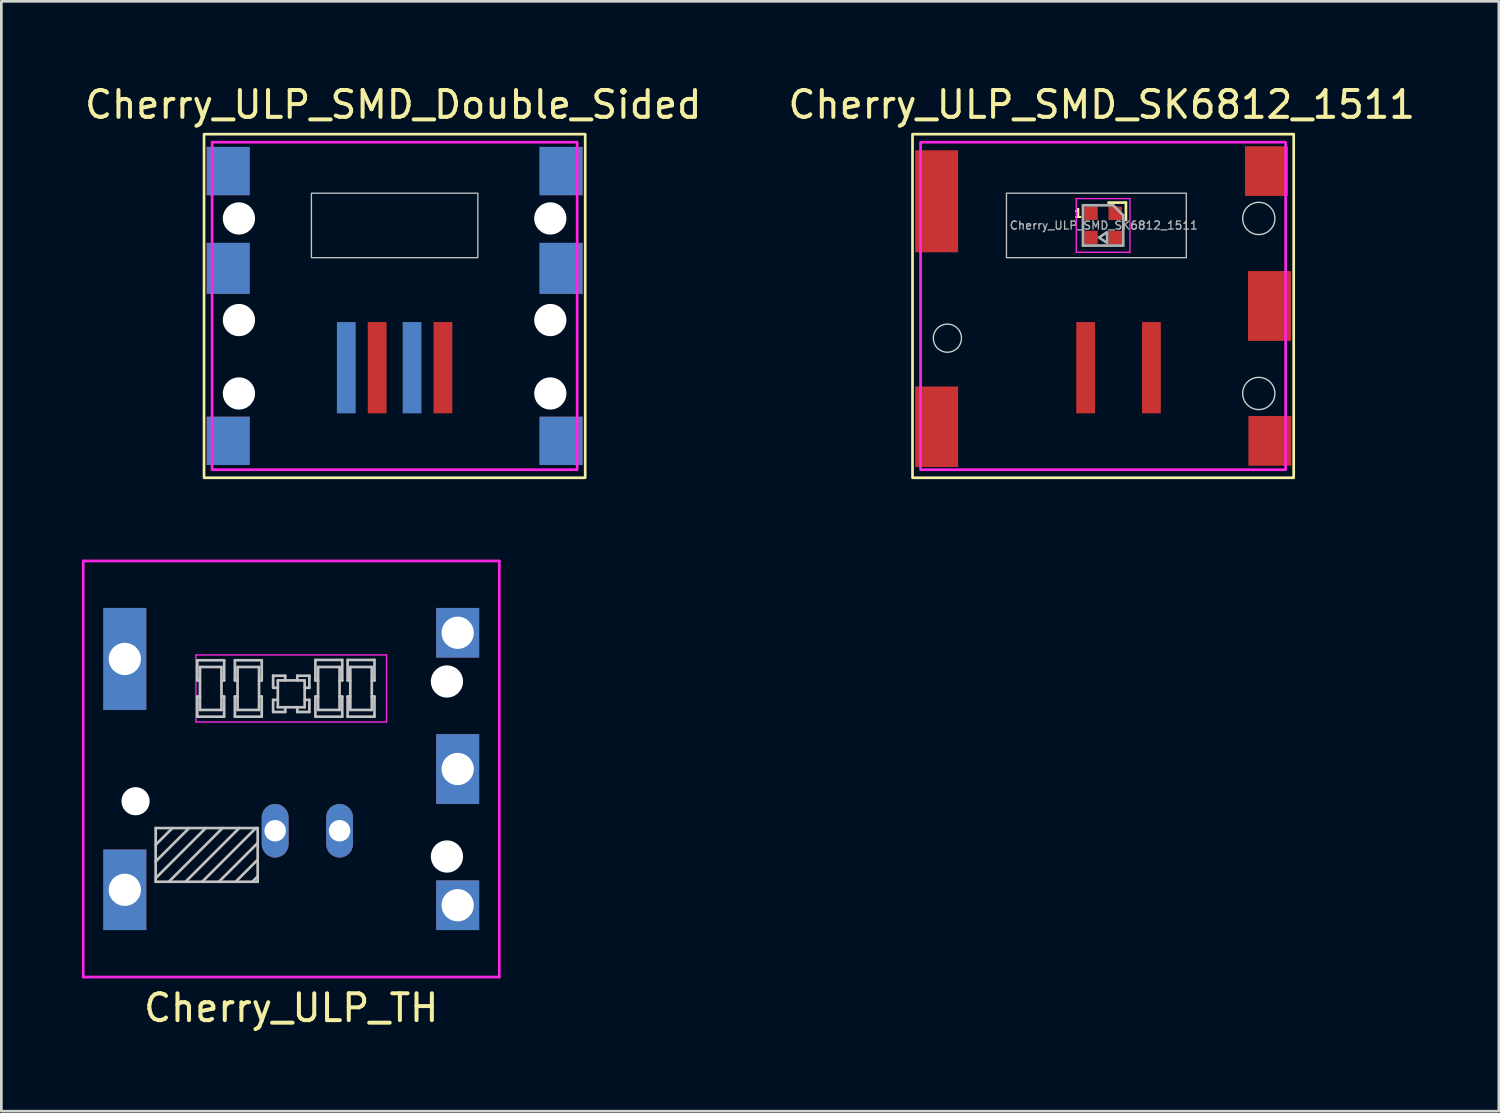
<source format=kicad_pcb>
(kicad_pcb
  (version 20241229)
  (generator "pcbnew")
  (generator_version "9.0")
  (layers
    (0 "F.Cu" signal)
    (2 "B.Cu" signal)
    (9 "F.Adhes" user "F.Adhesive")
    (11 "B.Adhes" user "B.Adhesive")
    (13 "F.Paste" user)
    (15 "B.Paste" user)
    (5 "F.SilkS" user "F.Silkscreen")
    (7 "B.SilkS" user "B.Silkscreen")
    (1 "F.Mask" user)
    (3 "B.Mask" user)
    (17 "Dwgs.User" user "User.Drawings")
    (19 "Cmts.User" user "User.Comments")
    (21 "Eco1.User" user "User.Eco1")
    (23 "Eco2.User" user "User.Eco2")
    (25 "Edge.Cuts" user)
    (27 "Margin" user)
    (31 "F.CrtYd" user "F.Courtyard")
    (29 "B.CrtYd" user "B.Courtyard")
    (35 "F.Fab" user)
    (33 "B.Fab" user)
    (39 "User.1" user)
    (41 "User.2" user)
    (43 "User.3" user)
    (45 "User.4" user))
  (footprint "Cherry_ULP_SMD_Double_Sided"
    (layer "F.Cu")
    (at 11.651 8.348)
    (property "Reference" "Cherry_ULP_SMD_Double_Sided" (at -0.05 -7.5 0) (unlocked yes) (layer "F.SilkS") (effects (font (size 1 1) (thickness 0.15))))
    (attr smd)
    (fp_rect (start -7.1 -6.4) (end 7.1 6.4) (stroke (width 0.1) (type solid)) (fill no) (layer "F.SilkS"))
    (fp_rect (start -3.1 -1.8) (end 3.1 -4.2) (stroke (width 0.05) (type solid)) (fill no) (layer "Dwgs.User"))
    (fp_rect (start -6.8 -6.1) (end 6.8 6.1) (stroke (width 0.1) (type solid)) (fill no) (layer "F.CrtYd"))
    (pad "" np_thru_hole circle (at -5.8 -3.26) (size 1.2 1.2) (drill 1.2) (layers "*.Cu" "*.Mask"))
    (pad "" np_thru_hole circle (at -5.8 0.525) (size 1.2 1.2) (drill 1.2) (layers "*.Cu" "*.Mask"))
    (pad "" np_thru_hole circle (at -5.8 3.26) (size 1.2 1.2) (drill 1.2) (layers "*.Cu" "*.Mask"))
    (pad "" np_thru_hole circle (at 5.8 -3.26) (size 1.2 1.2) (drill 1.2) (layers "*.Cu" "*.Mask"))
    (pad "" np_thru_hole circle (at 5.8 0.525) (size 1.2 1.2) (drill 1.2) (layers "*.Cu" "*.Mask"))
    (pad "" np_thru_hole circle (at 5.8 3.26) (size 1.2 1.2) (drill 1.2) (layers "*.Cu" "*.Mask"))
    (pad "1" smd rect (at -0.65 2.3) (size 0.7 3.4) (layers "F.Cu" "F.Mask" "F.Paste"))
    (pad "1" smd rect (at 0.65 2.3) (size 0.7 3.4) (layers "B.Cu" "B.Mask" "B.Paste"))
    (pad "2" smd rect (at -1.8 2.3) (size 0.7 3.4) (layers "B.Cu" "B.Mask" "B.Paste"))
    (pad "2" smd rect (at 1.8 2.3) (size 0.7 3.4) (layers "F.Cu" "F.Mask" "F.Paste"))
    (pad "3" smd rect (at -6.2 -5.025) (size 1.6 1.8) (layers "F.Cu" "F.Mask" "F.Paste"))
    (pad "3" smd rect (at -6.2 -5.025) (size 1.6 1.8) (layers "B.Cu" "B.Mask" "B.Paste"))
    (pad "3" smd rect (at -6.2 -1.4) (size 1.6 1.9) (layers "F.Cu" "F.Mask" "F.Paste"))
    (pad "3" smd rect (at -6.2 -1.4) (size 1.6 1.9) (layers "B.Cu" "B.Mask" "B.Paste"))
    (pad "3" smd rect (at -6.2 5.025) (size 1.6 1.8) (layers "F.Cu" "F.Mask" "F.Paste"))
    (pad "3" smd rect (at -6.2 5.025) (size 1.6 1.8) (layers "B.Cu" "B.Mask" "B.Paste"))
    (pad "3" smd rect (at 6.2 -5.025) (size 1.6 1.8) (layers "F.Cu" "F.Mask" "F.Paste"))
    (pad "3" smd rect (at 6.2 -5.025) (size 1.6 1.8) (layers "B.Cu" "B.Mask" "B.Paste"))
    (pad "3" smd rect (at 6.2 -1.4) (size 1.6 1.9) (layers "F.Cu" "F.Mask" "F.Paste"))
    (pad "3" smd rect (at 6.2 -1.4) (size 1.6 1.9) (layers "B.Cu" "B.Mask" "B.Paste"))
    (pad "3" smd rect (at 6.2 5.025) (size 1.6 1.8) (layers "F.Cu" "F.Mask" "F.Paste"))
    (pad "3" smd rect (at 6.2 5.025) (size 1.6 1.8) (layers "B.Cu" "B.Mask" "B.Paste"))
    (zone (net_name "") (layer "Dwgs.User") (hatch edge 0.508) (connect_pads) (min_thickness 0.254) (filled_areas_thickness no) (keepout (tracks not_allowed) (vias not_allowed) (pads not_allowed) (copperpour not_allowed) (footprints allowed)) (placement (enabled no)) (fill) (polygon (pts (xy 10.451 12.548) (xy 6.651 12.548) (xy 6.651 10.548) (xy 10.451 10.548)))))
  (footprint "Cherry_ULP_SMD_SK6812_1511"
    (layer "F.Cu")
    (at 38.044 8.348)
    (property "Reference" "Cherry_ULP_SMD_SK6812_1511" (at -0.05 -7.5 0) (unlocked yes) (layer "F.SilkS") (effects (font (size 1 1) (thickness 0.15))))
    (attr smd)
    (fp_line (start 0.85 -3.85) (end 0.2 -3.85) (stroke (width 0.1) (type solid)) (layer "F.SilkS"))
    (fp_line (start 0.85 -3.2) (end 0.85 -3.85) (stroke (width 0.1) (type solid)) (layer "F.SilkS"))
    (fp_rect (start -7.1 -6.4) (end 7.1 6.4) (stroke (width 0.1) (type solid)) (fill no) (layer "F.SilkS"))
    (fp_rect (start -3.6 -1.8) (end 3.1 -4.2) (stroke (width 0.05) (type solid)) (fill no) (layer "Dwgs.User"))
    (fp_circle (center -5.8 1.2) (end -5.275 1.2) (stroke (width 0.05) (type solid)) (fill no) (layer "Edge.Cuts"))
    (fp_circle (center 5.8 -3.26) (end 6.4 -3.26) (stroke (width 0.05) (type solid)) (fill no) (layer "Edge.Cuts"))
    (fp_circle (center 5.8 3.26) (end 6.4 3.26) (stroke (width 0.05) (type solid)) (fill no) (layer "Edge.Cuts"))
    (fp_line (start -1 -4) (end 1 -4) (stroke (width 0.05) (type solid)) (layer "F.CrtYd"))
    (fp_line (start -1 -2) (end -1 -4) (stroke (width 0.05) (type solid)) (layer "F.CrtYd"))
    (fp_line (start 1 -4) (end 1 -2) (stroke (width 0.05) (type solid)) (layer "F.CrtYd"))
    (fp_line (start 1 -2) (end -1 -2) (stroke (width 0.05) (type solid)) (layer "F.CrtYd"))
    (fp_rect (start -6.8 -6.1) (end 6.8 6.1) (stroke (width 0.1) (type solid)) (fill no) (layer "F.CrtYd"))
    (fp_line (start -0.75 -3.75) (end 0.375 -3.75) (stroke (width 0.1) (type solid)) (layer "F.Fab"))
    (fp_line (start -0.75 -2.25) (end -0.75 -3.75) (stroke (width 0.1) (type solid)) (layer "F.Fab"))
    (fp_line (start 0.375 -3.75) (end 0.75 -3.375) (stroke (width 0.1) (type solid)) (layer "F.Fab"))
    (fp_line (start 0.75 -3.375) (end 0.75 -2.25) (stroke (width 0.1) (type solid)) (layer "F.Fab"))
    (fp_line (start 0.75 -2.25) (end -0.75 -2.25) (stroke (width 0.1) (type solid)) (layer "F.Fab"))
    (fp_poly (pts (xy 0.15 -2.75) (xy -0.15 -2.55) (xy 0.15 -2.35)) (stroke (width 0.1) (type solid)) (fill no) (layer "F.Fab"))
    (fp_text user "1" (at -0.925 -3.45 0) (layer "F.SilkS") (effects (font (size 0.3 0.3) (thickness 0.075))))
    (fp_text user "${REFERENCE}" (at 0.025 -3 0) (layer "F.Fab") (effects (font (size 0.3 0.3) (thickness 0.05))))
    (pad "1" smd rect (at -0.65 2.3) (size 0.7 3.4) (layers "F.Cu" "F.Mask" "F.Paste"))
    (pad "2" smd rect (at 1.8 2.3) (size 0.7 3.4) (layers "F.Cu" "F.Mask" "F.Paste"))
    (pad "3" smd rect (at 0.45 -2.55) (size 0.5 0.5) (layers "F.Cu" "F.Mask" "F.Paste"))
    (pad "4" smd rect (at 0.45 -3.45) (size 0.5 0.5) (layers "F.Cu" "F.Mask" "F.Paste"))
    (pad "5" smd rect (at -0.45 -3.45) (size 0.5 0.5) (layers "F.Cu" "F.Mask" "F.Paste"))
    (pad "6" smd rect (at -0.45 -2.55) (size 0.5 0.5) (layers "F.Cu" "F.Mask" "F.Paste"))
    (pad "7" smd rect (at -6.2 -3.9) (size 1.6 3.8) (layers "F.Cu" "F.Mask" "F.Paste"))
    (pad "7" smd rect (at -6.2 4.5) (size 1.6 3) (layers "F.Cu" "F.Mask" "F.Paste"))
    (pad "7" smd rect (at 6.088 -5.025) (size 1.6 1.85) (layers "F.Cu" "F.Mask" "F.Paste"))
    (pad "7" smd rect (at 6.2 0) (size 1.6 2.6) (layers "F.Cu" "F.Mask" "F.Paste"))
    (pad "7" smd rect (at 6.213 5.025) (size 1.6 1.85) (layers "F.Cu" "F.Mask" "F.Paste"))
    (zone (net_name "") (layer "Dwgs.User") (hatch edge 0.508) (connect_pads) (min_thickness 0.254) (filled_areas_thickness no) (keepout (tracks not_allowed) (vias not_allowed) (pads not_allowed) (copperpour not_allowed) (footprints allowed)) (placement (enabled no)) (fill) (polygon (pts (xy 36.844 12.548) (xy 33.044 12.548) (xy 33.044 10.548) (xy 36.844 10.548)))))
  (footprint "Cherry_ULP_TH"
    (layer "F.Cu")
    (at 7.8 25.598)
    (property "Reference" "Cherry_ULP_TH" (at 0 8.9 0) (layer "F.SilkS") (effects (font (size 1 1) (thickness 0.15))))
    (attr through_hole)
    (fp_line (start -5.05 2.2) (end -1.25 2.2) (stroke (width 0.1) (type solid)) (layer "Dwgs.User"))
    (fp_line (start -5.05 2.822) (end -4.428 2.2) (stroke (width 0.1) (type solid)) (layer "Dwgs.User"))
    (fp_line (start -5.05 3.444) (end -3.806 2.2) (stroke (width 0.1) (type solid)) (layer "Dwgs.User"))
    (fp_line (start -5.05 4.066) (end -3.184 2.2) (stroke (width 0.1) (type solid)) (layer "Dwgs.User"))
    (fp_line (start -5.05 4.2) (end -5.05 2.2) (stroke (width 0.1) (type solid)) (layer "Dwgs.User"))
    (fp_line (start -4.561 4.2) (end -2.561 2.2) (stroke (width 0.1) (type solid)) (layer "Dwgs.User"))
    (fp_line (start -3.939 4.2) (end -1.939 2.2) (stroke (width 0.1) (type solid)) (layer "Dwgs.User"))
    (fp_line (start -3.5 -4.05) (end -3.5 -3.3) (stroke (width 0.1) (type solid)) (layer "Dwgs.User"))
    (fp_line (start -3.5 -3.3) (end -3.4 -3.3) (stroke (width 0.1) (type solid)) (layer "Dwgs.User"))
    (fp_line (start -3.5 -2.7) (end -3.5 -1.95) (stroke (width 0.1) (type solid)) (layer "Dwgs.User"))
    (fp_line (start -3.5 -1.95) (end -2.5 -1.95) (stroke (width 0.1) (type solid)) (layer "Dwgs.User"))
    (fp_line (start -3.4 -3.8) (end -3.4 -2.2) (stroke (width 0.1) (type solid)) (layer "Dwgs.User"))
    (fp_line (start -3.4 -2.7) (end -3.5 -2.7) (stroke (width 0.1) (type solid)) (layer "Dwgs.User"))
    (fp_line (start -3.4 -2.2) (end -2.6 -2.2) (stroke (width 0.1) (type solid)) (layer "Dwgs.User"))
    (fp_line (start -3.317 4.2) (end -1.317 2.2) (stroke (width 0.1) (type solid)) (layer "Dwgs.User"))
    (fp_line (start -2.695 4.2) (end -1.25 2.756) (stroke (width 0.1) (type solid)) (layer "Dwgs.User"))
    (fp_line (start -2.6 -3.8) (end -3.4 -3.8) (stroke (width 0.1) (type solid)) (layer "Dwgs.User"))
    (fp_line (start -2.6 -3.3) (end -2.5 -3.3) (stroke (width 0.1) (type solid)) (layer "Dwgs.User"))
    (fp_line (start -2.6 -2.2) (end -2.6 -3.8) (stroke (width 0.1) (type solid)) (layer "Dwgs.User"))
    (fp_line (start -2.5 -4.05) (end -3.5 -4.05) (stroke (width 0.1) (type solid)) (layer "Dwgs.User"))
    (fp_line (start -2.5 -3.3) (end -2.5 -4.05) (stroke (width 0.1) (type solid)) (layer "Dwgs.User"))
    (fp_line (start -2.5 -2.7) (end -2.6 -2.7) (stroke (width 0.1) (type solid)) (layer "Dwgs.User"))
    (fp_line (start -2.5 -1.95) (end -2.5 -2.7) (stroke (width 0.1) (type solid)) (layer "Dwgs.User"))
    (fp_line (start -2.1 -4.05) (end -2.1 -3.3) (stroke (width 0.1) (type solid)) (layer "Dwgs.User"))
    (fp_line (start -2.1 -3.3) (end -2 -3.3) (stroke (width 0.1) (type solid)) (layer "Dwgs.User"))
    (fp_line (start -2.1 -2.7) (end -2.1 -1.95) (stroke (width 0.1) (type solid)) (layer "Dwgs.User"))
    (fp_line (start -2.1 -1.95) (end -1.1 -1.95) (stroke (width 0.1) (type solid)) (layer "Dwgs.User"))
    (fp_line (start -2.072 4.2) (end -1.25 3.378) (stroke (width 0.1) (type solid)) (layer "Dwgs.User"))
    (fp_line (start -2 -3.8) (end -2 -2.2) (stroke (width 0.1) (type solid)) (layer "Dwgs.User"))
    (fp_line (start -2 -2.7) (end -2.1 -2.7) (stroke (width 0.1) (type solid)) (layer "Dwgs.User"))
    (fp_line (start -2 -2.2) (end -1.2 -2.2) (stroke (width 0.1) (type solid)) (layer "Dwgs.User"))
    (fp_line (start -1.45 4.2) (end -1.25 4) (stroke (width 0.1) (type solid)) (layer "Dwgs.User"))
    (fp_line (start -1.25 2.2) (end -1.25 4.2) (stroke (width 0.1) (type solid)) (layer "Dwgs.User"))
    (fp_line (start -1.25 4.2) (end -5.05 4.2) (stroke (width 0.1) (type solid)) (layer "Dwgs.User"))
    (fp_line (start -1.2 -3.8) (end -2 -3.8) (stroke (width 0.1) (type solid)) (layer "Dwgs.User"))
    (fp_line (start -1.2 -3.3) (end -1.1 -3.3) (stroke (width 0.1) (type solid)) (layer "Dwgs.User"))
    (fp_line (start -1.2 -2.2) (end -1.2 -3.8) (stroke (width 0.1) (type solid)) (layer "Dwgs.User"))
    (fp_line (start -1.1 -4.05) (end -2.1 -4.05) (stroke (width 0.1) (type solid)) (layer "Dwgs.User"))
    (fp_line (start -1.1 -3.3) (end -1.1 -4.05) (stroke (width 0.1) (type solid)) (layer "Dwgs.User"))
    (fp_line (start -1.1 -2.7) (end -1.2 -2.7) (stroke (width 0.1) (type solid)) (layer "Dwgs.User"))
    (fp_line (start -1.1 -1.95) (end -1.1 -2.7) (stroke (width 0.1) (type solid)) (layer "Dwgs.User"))
    (fp_line (start -0.675 -3.475) (end -0.675 -3.025) (stroke (width 0.1) (type solid)) (layer "Dwgs.User"))
    (fp_line (start -0.675 -3.025) (end -0.5 -3.025) (stroke (width 0.1) (type solid)) (layer "Dwgs.User"))
    (fp_line (start -0.675 -2.575) (end -0.675 -2.125) (stroke (width 0.1) (type solid)) (layer "Dwgs.User"))
    (fp_line (start -0.675 -2.125) (end -0.225 -2.125) (stroke (width 0.1) (type solid)) (layer "Dwgs.User"))
    (fp_line (start -0.5 -3.3) (end -0.5 -2.3) (stroke (width 0.1) (type solid)) (layer "Dwgs.User"))
    (fp_line (start -0.5 -2.575) (end -0.675 -2.575) (stroke (width 0.1) (type solid)) (layer "Dwgs.User"))
    (fp_line (start -0.5 -2.3) (end 0.5 -2.3) (stroke (width 0.1) (type solid)) (layer "Dwgs.User"))
    (fp_line (start -0.225 -3.475) (end -0.675 -3.475) (stroke (width 0.1) (type solid)) (layer "Dwgs.User"))
    (fp_line (start -0.225 -3.3) (end -0.225 -3.475) (stroke (width 0.1) (type solid)) (layer "Dwgs.User"))
    (fp_line (start -0.225 -2.125) (end -0.225 -2.3) (stroke (width 0.1) (type solid)) (layer "Dwgs.User"))
    (fp_line (start 0.225 -3.475) (end 0.225 -3.3) (stroke (width 0.1) (type solid)) (layer "Dwgs.User"))
    (fp_line (start 0.225 -2.3) (end 0.225 -2.125) (stroke (width 0.1) (type solid)) (layer "Dwgs.User"))
    (fp_line (start 0.225 -2.125) (end 0.675 -2.125) (stroke (width 0.1) (type solid)) (layer "Dwgs.User"))
    (fp_line (start 0.5 -3.3) (end -0.5 -3.3) (stroke (width 0.1) (type solid)) (layer "Dwgs.User"))
    (fp_line (start 0.5 -3.025) (end 0.675 -3.025) (stroke (width 0.1) (type solid)) (layer "Dwgs.User"))
    (fp_line (start 0.5 -2.3) (end 0.5 -3.3) (stroke (width 0.1) (type solid)) (layer "Dwgs.User"))
    (fp_line (start 0.675 -3.475) (end 0.225 -3.475) (stroke (width 0.1) (type solid)) (layer "Dwgs.User"))
    (fp_line (start 0.675 -3.025) (end 0.675 -3.475) (stroke (width 0.1) (type solid)) (layer "Dwgs.User"))
    (fp_line (start 0.675 -2.575) (end 0.5 -2.575) (stroke (width 0.1) (type solid)) (layer "Dwgs.User"))
    (fp_line (start 0.675 -2.125) (end 0.675 -2.575) (stroke (width 0.1) (type solid)) (layer "Dwgs.User"))
    (fp_line (start 0.9 -4.064) (end 0.9 -3.3) (stroke (width 0.1) (type solid)) (layer "Dwgs.User"))
    (fp_line (start 0.9 -3.3) (end 1 -3.3) (stroke (width 0.1) (type solid)) (layer "Dwgs.User"))
    (fp_line (start 0.9 -2.7) (end 0.9 -1.95) (stroke (width 0.1) (type solid)) (layer "Dwgs.User"))
    (fp_line (start 0.9 -1.95) (end 1.9 -1.95) (stroke (width 0.1) (type solid)) (layer "Dwgs.User"))
    (fp_line (start 1 -3.8) (end 1 -2.2) (stroke (width 0.1) (type solid)) (layer "Dwgs.User"))
    (fp_line (start 1 -2.7) (end 0.9 -2.7) (stroke (width 0.1) (type solid)) (layer "Dwgs.User"))
    (fp_line (start 1 -2.2) (end 1.8 -2.2) (stroke (width 0.1) (type solid)) (layer "Dwgs.User"))
    (fp_line (start 1.8 -3.8) (end 1 -3.8) (stroke (width 0.1) (type solid)) (layer "Dwgs.User"))
    (fp_line (start 1.8 -3.3) (end 1.9 -3.3) (stroke (width 0.1) (type solid)) (layer "Dwgs.User"))
    (fp_line (start 1.8 -2.2) (end 1.8 -3.8) (stroke (width 0.1) (type solid)) (layer "Dwgs.User"))
    (fp_line (start 1.9 -4.064) (end 0.9 -4.064) (stroke (width 0.1) (type solid)) (layer "Dwgs.User"))
    (fp_line (start 1.9 -3.3) (end 1.9 -4.064) (stroke (width 0.1) (type solid)) (layer "Dwgs.User"))
    (fp_line (start 1.9 -2.7) (end 1.8 -2.7) (stroke (width 0.1) (type solid)) (layer "Dwgs.User"))
    (fp_line (start 1.9 -1.95) (end 1.9 -2.7) (stroke (width 0.1) (type solid)) (layer "Dwgs.User"))
    (fp_line (start 2.1 -4.064) (end 2.1 -3.3) (stroke (width 0.1) (type solid)) (layer "Dwgs.User"))
    (fp_line (start 2.1 -3.3) (end 2.2 -3.3) (stroke (width 0.1) (type solid)) (layer "Dwgs.User"))
    (fp_line (start 2.1 -2.7) (end 2.1 -1.95) (stroke (width 0.1) (type solid)) (layer "Dwgs.User"))
    (fp_line (start 2.1 -1.95) (end 3.1 -1.95) (stroke (width 0.1) (type solid)) (layer "Dwgs.User"))
    (fp_line (start 2.2 -3.8) (end 2.2 -2.2) (stroke (width 0.1) (type solid)) (layer "Dwgs.User"))
    (fp_line (start 2.2 -2.7) (end 2.1 -2.7) (stroke (width 0.1) (type solid)) (layer "Dwgs.User"))
    (fp_line (start 2.2 -2.2) (end 3 -2.2) (stroke (width 0.1) (type solid)) (layer "Dwgs.User"))
    (fp_line (start 3 -3.8) (end 2.2 -3.8) (stroke (width 0.1) (type solid)) (layer "Dwgs.User"))
    (fp_line (start 3 -3.3) (end 3.1 -3.3) (stroke (width 0.1) (type solid)) (layer "Dwgs.User"))
    (fp_line (start 3 -2.2) (end 3 -3.8) (stroke (width 0.1) (type solid)) (layer "Dwgs.User"))
    (fp_line (start 3.1 -4.064) (end 2.1 -4.064) (stroke (width 0.1) (type solid)) (layer "Dwgs.User"))
    (fp_line (start 3.1 -3.3) (end 3.1 -4.064) (stroke (width 0.1) (type solid)) (layer "Dwgs.User"))
    (fp_line (start 3.1 -2.7) (end 3 -2.7) (stroke (width 0.1) (type solid)) (layer "Dwgs.User"))
    (fp_line (start 3.1 -1.95) (end 3.1 -2.7) (stroke (width 0.1) (type solid)) (layer "Dwgs.User"))
    (fp_line (start -7.75 -7.75) (end -7.75 7.75) (stroke (width 0.1) (type solid)) (layer "F.CrtYd"))
    (fp_line (start -7.75 7.75) (end 7.75 7.75) (stroke (width 0.1) (type solid)) (layer "F.CrtYd"))
    (fp_line (start -3.55 -4.25) (end -3.55 -1.75) (stroke (width 0.05) (type solid)) (layer "F.CrtYd"))
    (fp_line (start -3.55 -1.75) (end 3.55 -1.75) (stroke (width 0.05) (type solid)) (layer "F.CrtYd"))
    (fp_line (start 3.55 -4.25) (end -3.55 -4.25) (stroke (width 0.05) (type solid)) (layer "F.CrtYd"))
    (fp_line (start 3.55 -1.75) (end 3.55 -4.25) (stroke (width 0.05) (type solid)) (layer "F.CrtYd"))
    (fp_line (start 7.75 -7.75) (end -7.75 -7.75) (stroke (width 0.1) (type solid)) (layer "F.CrtYd"))
    (fp_line (start 7.75 7.75) (end 7.75 -7.75) (stroke (width 0.1) (type solid)) (layer "F.CrtYd"))
    (pad "" np_thru_hole circle (at -5.8 1.2) (size 1.05 1.05) (drill 1.05) (layers "*.Cu" "*.Mask"))
    (pad "" np_thru_hole circle (at 5.8 -3.26) (size 1.2 1.2) (drill 1.2) (layers "*.Cu" "*.Mask"))
    (pad "" np_thru_hole circle (at 5.8 3.26) (size 1.2 1.2) (drill 1.2) (layers "*.Cu" "*.Mask"))
    (pad "1" thru_hole roundrect (at -0.6 2.3) (size 1 2) (drill 0.8) (layers "*.Cu" "*.Mask") (roundrect_rratio 0.5))
    (pad "2" thru_hole roundrect (at 1.8 2.3) (size 1 2) (drill 0.8) (layers "*.Cu" "*.Mask") (roundrect_rratio 0.5))
    (pad "3" thru_hole rect (at -6.2 -4.1) (size 1.6 3.8) (drill 1.2) (layers "*.Cu" "*.Mask"))
    (pad "3" thru_hole rect (at -6.2 4.5) (size 1.6 3) (drill 1.2) (layers "*.Cu" "*.Mask"))
    (pad "3" thru_hole rect (at 6.2 -5.075) (size 1.6 1.85) (drill 1.2) (layers "*.Cu" "*.Mask"))
    (pad "3" thru_hole rect (at 6.2 0) (size 1.6 2.6) (drill 1.2) (layers "*.Cu" "*.Mask"))
    (pad "3" thru_hole rect (at 6.2 5.075) (size 1.6 1.85) (drill 1.2) (layers "*.Cu" "*.Mask")))
  (gr_rect
    (start -3 -3)
    (end 52.786 38.346)
    (stroke (width 0.1) (type default))
    (fill no)
    (layer "Edge.Cuts")))
</source>
